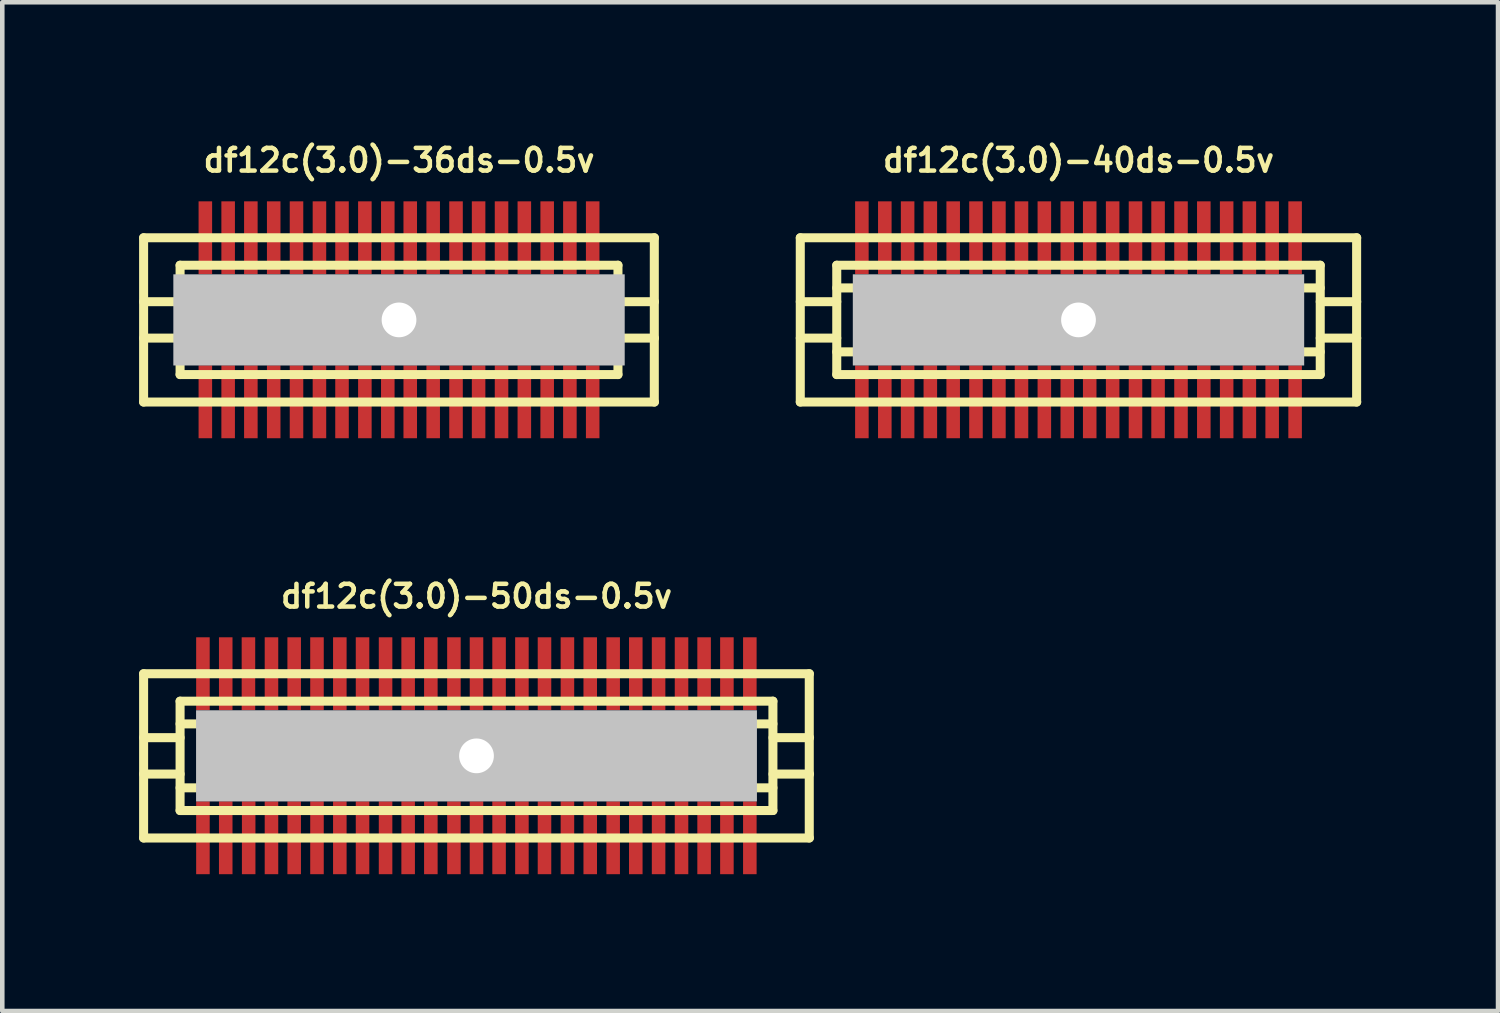
<source format=kicad_pcb>
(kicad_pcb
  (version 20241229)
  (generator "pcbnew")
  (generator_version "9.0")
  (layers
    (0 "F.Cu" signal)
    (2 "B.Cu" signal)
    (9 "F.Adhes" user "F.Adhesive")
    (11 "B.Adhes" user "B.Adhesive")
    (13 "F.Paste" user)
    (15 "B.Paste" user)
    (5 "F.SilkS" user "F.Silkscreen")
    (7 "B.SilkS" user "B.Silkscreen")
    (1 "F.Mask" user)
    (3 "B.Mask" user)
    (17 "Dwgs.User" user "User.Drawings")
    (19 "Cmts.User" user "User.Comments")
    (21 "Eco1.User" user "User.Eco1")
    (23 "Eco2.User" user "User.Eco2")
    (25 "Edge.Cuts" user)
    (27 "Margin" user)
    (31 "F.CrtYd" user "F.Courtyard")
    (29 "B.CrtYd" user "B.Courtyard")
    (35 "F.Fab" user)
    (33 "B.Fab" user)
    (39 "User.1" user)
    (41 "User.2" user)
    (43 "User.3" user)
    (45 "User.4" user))
  (footprint "df12c(3.0)-50ds-0.5v"
    (layer "F.Cu")
    (at 7.399 13.525)
    (property "Reference" "df12c(3.0)-50ds-0.5v" (at 0 -3.5 0) (layer "F.SilkS") (effects (font (size 0.498 0.498) (thickness 0.099))))
    (attr through_hole)
    (fp_line (start -7.3 1.801) (end -7.3 -1.801) (stroke (width 0.198) (type solid)) (layer "F.SilkS"))
    (fp_line (start -7.3 1.801) (end 7.3 1.801) (stroke (width 0.198) (type solid)) (layer "F.SilkS"))
    (fp_line (start -6.5 -1.199) (end 6.5 -1.199) (stroke (width 0.198) (type solid)) (layer "F.SilkS"))
    (fp_line (start -6.5 -0.701) (end 6.5 -0.701) (stroke (width 0.198) (type solid)) (layer "F.SilkS"))
    (fp_line (start -6.5 -0.399) (end -7.3 -0.399) (stroke (width 0.198) (type solid)) (layer "F.SilkS"))
    (fp_line (start -6.5 0.399) (end -7.3 0.399) (stroke (width 0.198) (type solid)) (layer "F.SilkS"))
    (fp_line (start -6.5 0.701) (end 6.5 0.701) (stroke (width 0.198) (type solid)) (layer "F.SilkS"))
    (fp_line (start -6.5 1.199) (end -6.5 -1.199) (stroke (width 0.198) (type solid)) (layer "F.SilkS"))
    (fp_line (start 6.5 -1.199) (end 6.5 1.199) (stroke (width 0.198) (type solid)) (layer "F.SilkS"))
    (fp_line (start 6.5 1.199) (end -6.5 1.199) (stroke (width 0.198) (type solid)) (layer "F.SilkS"))
    (fp_line (start 6.502 -0.399) (end 7.303 -0.399) (stroke (width 0.198) (type solid)) (layer "F.SilkS"))
    (fp_line (start 7.297 -1.801) (end 7.297 1.801) (stroke (width 0.198) (type solid)) (layer "F.SilkS"))
    (fp_line (start 7.3 -1.801) (end -7.3 -1.801) (stroke (width 0.198) (type solid)) (layer "F.SilkS"))
    (fp_line (start 7.303 0.399) (end 6.502 0.399) (stroke (width 0.198) (type solid)) (layer "F.SilkS"))
    (pad "" np_thru_hole rect (at 0 0) (size 12.299 1.999) (drill 0.762) (layers "Dwgs.User"))
    (pad "1" smd rect (at -5.999 1.796) (size 0.297 1.598) (layers "F.Cu" "F.Mask" "F.Paste"))
    (pad "2" smd rect (at -5.499 1.796) (size 0.297 1.598) (layers "F.Cu" "F.Mask" "F.Paste"))
    (pad "3" smd rect (at -4.996 1.796) (size 0.297 1.598) (layers "F.Cu" "F.Mask" "F.Paste"))
    (pad "4" smd rect (at -4.496 1.796) (size 0.297 1.598) (layers "F.Cu" "F.Mask" "F.Paste"))
    (pad "5" smd rect (at -3.998 1.796) (size 0.297 1.598) (layers "F.Cu" "F.Mask" "F.Paste"))
    (pad "6" smd rect (at -3.498 1.796) (size 0.297 1.598) (layers "F.Cu" "F.Mask" "F.Paste"))
    (pad "7" smd rect (at -2.997 1.796) (size 0.297 1.598) (layers "F.Cu" "F.Mask" "F.Paste"))
    (pad "8" smd rect (at -2.499 1.796) (size 0.297 1.598) (layers "F.Cu" "F.Mask" "F.Paste"))
    (pad "9" smd rect (at -1.994 1.796) (size 0.297 1.598) (layers "F.Cu" "F.Mask" "F.Paste"))
    (pad "10" smd rect (at -1.499 1.796) (size 0.297 1.598) (layers "F.Cu" "F.Mask" "F.Paste"))
    (pad "11" smd rect (at -1.001 1.796) (size 0.297 1.598) (layers "F.Cu" "F.Mask" "F.Paste"))
    (pad "12" smd rect (at -0.495 1.796) (size 0.297 1.598) (layers "F.Cu" "F.Mask" "F.Paste"))
    (pad "13" smd rect (at 0 1.796) (size 0.297 1.598) (layers "F.Cu" "F.Mask" "F.Paste"))
    (pad "14" smd rect (at 0.495 1.796) (size 0.297 1.598) (layers "F.Cu" "F.Mask" "F.Paste"))
    (pad "15" smd rect (at 0.996 1.796) (size 0.297 1.598) (layers "F.Cu" "F.Mask" "F.Paste"))
    (pad "16" smd rect (at 1.491 1.796) (size 0.297 1.598) (layers "F.Cu" "F.Mask" "F.Paste"))
    (pad "17" smd rect (at 1.994 1.796) (size 0.297 1.598) (layers "F.Cu" "F.Mask" "F.Paste"))
    (pad "18" smd rect (at 2.494 1.796) (size 0.297 1.598) (layers "F.Cu" "F.Mask" "F.Paste"))
    (pad "19" smd rect (at 2.997 1.796) (size 0.297 1.598) (layers "F.Cu" "F.Mask" "F.Paste"))
    (pad "20" smd rect (at 3.493 1.796) (size 0.297 1.598) (layers "F.Cu" "F.Mask" "F.Paste"))
    (pad "21" smd rect (at 3.993 1.796) (size 0.297 1.598) (layers "F.Cu" "F.Mask" "F.Paste"))
    (pad "22" smd rect (at 4.496 1.796) (size 0.297 1.598) (layers "F.Cu" "F.Mask" "F.Paste"))
    (pad "23" smd rect (at 4.991 1.796) (size 0.297 1.598) (layers "F.Cu" "F.Mask" "F.Paste"))
    (pad "24" smd rect (at 5.491 1.796) (size 0.297 1.598) (layers "F.Cu" "F.Mask" "F.Paste"))
    (pad "25" smd rect (at 5.994 1.796) (size 0.297 1.598) (layers "F.Cu" "F.Mask" "F.Paste"))
    (pad "26" smd rect (at 5.994 -1.801) (size 0.297 1.598) (layers "F.Cu" "F.Mask" "F.Paste"))
    (pad "27" smd rect (at 5.491 -1.801) (size 0.297 1.598) (layers "F.Cu" "F.Mask" "F.Paste"))
    (pad "28" smd rect (at 4.991 -1.801) (size 0.297 1.598) (layers "F.Cu" "F.Mask" "F.Paste"))
    (pad "29" smd rect (at 4.496 -1.801) (size 0.297 1.598) (layers "F.Cu" "F.Mask" "F.Paste"))
    (pad "30" smd rect (at 3.993 -1.801) (size 0.297 1.598) (layers "F.Cu" "F.Mask" "F.Paste"))
    (pad "31" smd rect (at 3.493 -1.801) (size 0.297 1.598) (layers "F.Cu" "F.Mask" "F.Paste"))
    (pad "32" smd rect (at 2.997 -1.801) (size 0.297 1.598) (layers "F.Cu" "F.Mask" "F.Paste"))
    (pad "33" smd rect (at 2.494 -1.801) (size 0.297 1.598) (layers "F.Cu" "F.Mask" "F.Paste"))
    (pad "34" smd rect (at 1.994 -1.801) (size 0.297 1.598) (layers "F.Cu" "F.Mask" "F.Paste"))
    (pad "35" smd rect (at 1.491 -1.801) (size 0.297 1.598) (layers "F.Cu" "F.Mask" "F.Paste"))
    (pad "36" smd rect (at 0.996 -1.801) (size 0.297 1.598) (layers "F.Cu" "F.Mask" "F.Paste"))
    (pad "37" smd rect (at 0.495 -1.801) (size 0.297 1.598) (layers "F.Cu" "F.Mask" "F.Paste"))
    (pad "38" smd rect (at 0 -1.801) (size 0.297 1.598) (layers "F.Cu" "F.Mask" "F.Paste"))
    (pad "39" smd rect (at -0.495 -1.801) (size 0.297 1.598) (layers "F.Cu" "F.Mask" "F.Paste"))
    (pad "40" smd rect (at -1.001 -1.801) (size 0.297 1.598) (layers "F.Cu" "F.Mask" "F.Paste"))
    (pad "41" smd rect (at -1.499 -1.801) (size 0.297 1.598) (layers "F.Cu" "F.Mask" "F.Paste"))
    (pad "42" smd rect (at -1.994 -1.801) (size 0.297 1.598) (layers "F.Cu" "F.Mask" "F.Paste"))
    (pad "43" smd rect (at -2.499 -1.801) (size 0.297 1.598) (layers "F.Cu" "F.Mask" "F.Paste"))
    (pad "44" smd rect (at -2.997 -1.801) (size 0.297 1.598) (layers "F.Cu" "F.Mask" "F.Paste"))
    (pad "45" smd rect (at -3.498 -1.801) (size 0.297 1.598) (layers "F.Cu" "F.Mask" "F.Paste"))
    (pad "46" smd rect (at -3.998 -1.801) (size 0.297 1.598) (layers "F.Cu" "F.Mask" "F.Paste"))
    (pad "47" smd rect (at -4.496 -1.801) (size 0.297 1.598) (layers "F.Cu" "F.Mask" "F.Paste"))
    (pad "48" smd rect (at -5.001 -1.801) (size 0.297 1.598) (layers "F.Cu" "F.Mask" "F.Paste"))
    (pad "49" smd rect (at -5.499 -1.801) (size 0.297 1.598) (layers "F.Cu" "F.Mask" "F.Paste"))
    (pad "50" smd rect (at -5.999 -1.801) (size 0.297 1.598) (layers "F.Cu" "F.Mask" "F.Paste")))
  (footprint "df12c(3.0)-36ds-0.5v"
    (layer "F.Cu")
    (at 5.7 3.965)
    (property "Reference" "df12c(3.0)-36ds-0.5v" (at 0 -3.5 0) (layer "F.SilkS") (effects (font (size 0.498 0.498) (thickness 0.099))))
    (attr through_hole)
    (fp_line (start -5.601 -1.801) (end 5.601 -1.801) (stroke (width 0.198) (type solid)) (layer "F.SilkS"))
    (fp_line (start -5.601 1.801) (end -5.601 -1.801) (stroke (width 0.198) (type solid)) (layer "F.SilkS"))
    (fp_line (start -5.601 1.801) (end 5.601 1.801) (stroke (width 0.198) (type solid)) (layer "F.SilkS"))
    (fp_line (start -4.801 -1.199) (end 4.801 -1.199) (stroke (width 0.198) (type solid)) (layer "F.SilkS"))
    (fp_line (start -4.801 -0.701) (end 4.801 -0.701) (stroke (width 0.198) (type solid)) (layer "F.SilkS"))
    (fp_line (start -4.801 -0.399) (end -5.601 -0.399) (stroke (width 0.198) (type solid)) (layer "F.SilkS"))
    (fp_line (start -4.801 0.399) (end -5.601 0.399) (stroke (width 0.198) (type solid)) (layer "F.SilkS"))
    (fp_line (start -4.801 0.701) (end 4.801 0.701) (stroke (width 0.198) (type solid)) (layer "F.SilkS"))
    (fp_line (start -4.801 1.199) (end -4.801 -1.199) (stroke (width 0.198) (type solid)) (layer "F.SilkS"))
    (fp_line (start -4.801 1.199) (end 4.801 1.199) (stroke (width 0.198) (type solid)) (layer "F.SilkS"))
    (fp_line (start 4.801 -1.199) (end 4.801 1.199) (stroke (width 0.198) (type solid)) (layer "F.SilkS"))
    (fp_line (start 4.801 -0.399) (end 5.601 -0.399) (stroke (width 0.198) (type solid)) (layer "F.SilkS"))
    (fp_line (start 5.598 -1.801) (end 5.598 1.801) (stroke (width 0.198) (type solid)) (layer "F.SilkS"))
    (fp_line (start 5.601 0.399) (end 4.801 0.399) (stroke (width 0.198) (type solid)) (layer "F.SilkS"))
    (pad "" np_thru_hole rect (at 0 0) (size 9.898 1.999) (drill 0.762) (layers "Dwgs.User"))
    (pad "1" smd rect (at -4.247 1.796) (size 0.297 1.598) (layers "F.Cu" "F.Mask" "F.Paste"))
    (pad "2" smd rect (at -3.747 1.796) (size 0.297 1.598) (layers "F.Cu" "F.Mask" "F.Paste"))
    (pad "3" smd rect (at -3.249 1.796) (size 0.297 1.598) (layers "F.Cu" "F.Mask" "F.Paste"))
    (pad "4" smd rect (at -2.748 1.796) (size 0.297 1.598) (layers "F.Cu" "F.Mask" "F.Paste"))
    (pad "5" smd rect (at -2.248 1.796) (size 0.297 1.598) (layers "F.Cu" "F.Mask" "F.Paste"))
    (pad "6" smd rect (at -1.745 1.796) (size 0.297 1.598) (layers "F.Cu" "F.Mask" "F.Paste"))
    (pad "7" smd rect (at -1.25 1.796) (size 0.297 1.598) (layers "F.Cu" "F.Mask" "F.Paste"))
    (pad "8" smd rect (at -0.749 1.796) (size 0.297 1.598) (layers "F.Cu" "F.Mask" "F.Paste"))
    (pad "9" smd rect (at -0.246 1.796) (size 0.297 1.598) (layers "F.Cu" "F.Mask" "F.Paste"))
    (pad "10" smd rect (at 0.246 1.796) (size 0.297 1.598) (layers "F.Cu" "F.Mask" "F.Paste"))
    (pad "11" smd rect (at 0.749 1.796) (size 0.297 1.598) (layers "F.Cu" "F.Mask" "F.Paste"))
    (pad "12" smd rect (at 1.25 1.796) (size 0.297 1.598) (layers "F.Cu" "F.Mask" "F.Paste"))
    (pad "13" smd rect (at 1.745 1.796) (size 0.297 1.598) (layers "F.Cu" "F.Mask" "F.Paste"))
    (pad "14" smd rect (at 2.248 1.796) (size 0.297 1.598) (layers "F.Cu" "F.Mask" "F.Paste"))
    (pad "15" smd rect (at 2.748 1.796) (size 0.297 1.598) (layers "F.Cu" "F.Mask" "F.Paste"))
    (pad "16" smd rect (at 3.249 1.796) (size 0.297 1.598) (layers "F.Cu" "F.Mask" "F.Paste"))
    (pad "17" smd rect (at 3.747 1.796) (size 0.297 1.598) (layers "F.Cu" "F.Mask" "F.Paste"))
    (pad "18" smd rect (at 4.247 1.796) (size 0.297 1.598) (layers "F.Cu" "F.Mask" "F.Paste"))
    (pad "19" smd rect (at 4.247 -1.801) (size 0.297 1.598) (layers "F.Cu" "F.Mask" "F.Paste"))
    (pad "20" smd rect (at 3.747 -1.801) (size 0.297 1.598) (layers "F.Cu" "F.Mask" "F.Paste"))
    (pad "21" smd rect (at 3.249 -1.801) (size 0.297 1.598) (layers "F.Cu" "F.Mask" "F.Paste"))
    (pad "22" smd rect (at 2.748 -1.801) (size 0.297 1.598) (layers "F.Cu" "F.Mask" "F.Paste"))
    (pad "23" smd rect (at 2.248 -1.801) (size 0.297 1.598) (layers "F.Cu" "F.Mask" "F.Paste"))
    (pad "24" smd rect (at 1.745 -1.801) (size 0.297 1.598) (layers "F.Cu" "F.Mask" "F.Paste"))
    (pad "25" smd rect (at 1.25 -1.801) (size 0.297 1.598) (layers "F.Cu" "F.Mask" "F.Paste"))
    (pad "26" smd rect (at 0.749 -1.801) (size 0.297 1.598) (layers "F.Cu" "F.Mask" "F.Paste"))
    (pad "27" smd rect (at 0.246 -1.801) (size 0.297 1.598) (layers "F.Cu" "F.Mask" "F.Paste"))
    (pad "28" smd rect (at -0.246 -1.801) (size 0.297 1.598) (layers "F.Cu" "F.Mask" "F.Paste"))
    (pad "29" smd rect (at -0.749 -1.801) (size 0.297 1.598) (layers "F.Cu" "F.Mask" "F.Paste"))
    (pad "30" smd rect (at -1.25 -1.801) (size 0.297 1.598) (layers "F.Cu" "F.Mask" "F.Paste"))
    (pad "31" smd rect (at -1.745 -1.801) (size 0.297 1.598) (layers "F.Cu" "F.Mask" "F.Paste"))
    (pad "32" smd rect (at -2.248 -1.801) (size 0.297 1.598) (layers "F.Cu" "F.Mask" "F.Paste"))
    (pad "33" smd rect (at -2.748 -1.801) (size 0.297 1.598) (layers "F.Cu" "F.Mask" "F.Paste"))
    (pad "34" smd rect (at -3.249 -1.801) (size 0.297 1.598) (layers "F.Cu" "F.Mask" "F.Paste"))
    (pad "35" smd rect (at -3.747 -1.801) (size 0.297 1.598) (layers "F.Cu" "F.Mask" "F.Paste"))
    (pad "36" smd rect (at -4.247 -1.801) (size 0.297 1.598) (layers "F.Cu" "F.Mask" "F.Paste")))
  (footprint "df12c(3.0)-40ds-0.5v"
    (layer "F.Cu")
    (at 20.6 3.965)
    (property "Reference" "df12c(3.0)-40ds-0.5v" (at 0 -3.5 0) (layer "F.SilkS") (effects (font (size 0.498 0.498) (thickness 0.099))))
    (attr through_hole)
    (fp_line (start -6.101 -1.801) (end 6.101 -1.801) (stroke (width 0.198) (type solid)) (layer "F.SilkS"))
    (fp_line (start -6.101 1.801) (end -6.101 -1.801) (stroke (width 0.198) (type solid)) (layer "F.SilkS"))
    (fp_line (start -5.301 -0.701) (end 5.301 -0.701) (stroke (width 0.198) (type solid)) (layer "F.SilkS"))
    (fp_line (start -5.301 -0.399) (end -6.101 -0.399) (stroke (width 0.198) (type solid)) (layer "F.SilkS"))
    (fp_line (start -5.301 0.399) (end -6.101 0.399) (stroke (width 0.198) (type solid)) (layer "F.SilkS"))
    (fp_line (start -5.301 1.199) (end -5.301 -1.199) (stroke (width 0.198) (type solid)) (layer "F.SilkS"))
    (fp_line (start -5.301 1.199) (end 5.301 1.199) (stroke (width 0.198) (type solid)) (layer "F.SilkS"))
    (fp_line (start 5.301 -1.199) (end -5.301 -1.199) (stroke (width 0.198) (type solid)) (layer "F.SilkS"))
    (fp_line (start 5.301 -1.199) (end 5.301 1.199) (stroke (width 0.198) (type solid)) (layer "F.SilkS"))
    (fp_line (start 5.301 -0.399) (end 6.101 -0.399) (stroke (width 0.198) (type solid)) (layer "F.SilkS"))
    (fp_line (start 5.301 0.701) (end -5.301 0.701) (stroke (width 0.198) (type solid)) (layer "F.SilkS"))
    (fp_line (start 6.099 -1.801) (end 6.099 1.801) (stroke (width 0.198) (type solid)) (layer "F.SilkS"))
    (fp_line (start 6.101 0.399) (end 5.301 0.399) (stroke (width 0.198) (type solid)) (layer "F.SilkS"))
    (fp_line (start 6.101 1.801) (end -6.101 1.801) (stroke (width 0.198) (type solid)) (layer "F.SilkS"))
    (pad "" np_thru_hole rect (at 0 0) (size 9.898 1.999) (drill 0.762) (layers "Dwgs.User"))
    (pad "1" smd rect (at -4.75 1.796) (size 0.297 1.598) (layers "F.Cu" "F.Mask" "F.Paste"))
    (pad "2" smd rect (at -4.247 1.796) (size 0.297 1.598) (layers "F.Cu" "F.Mask" "F.Paste"))
    (pad "3" smd rect (at -3.747 1.796) (size 0.297 1.598) (layers "F.Cu" "F.Mask" "F.Paste"))
    (pad "4" smd rect (at -3.249 1.796) (size 0.297 1.598) (layers "F.Cu" "F.Mask" "F.Paste"))
    (pad "5" smd rect (at -2.748 1.796) (size 0.297 1.598) (layers "F.Cu" "F.Mask" "F.Paste"))
    (pad "6" smd rect (at -2.248 1.796) (size 0.297 1.598) (layers "F.Cu" "F.Mask" "F.Paste"))
    (pad "7" smd rect (at -1.745 1.796) (size 0.297 1.598) (layers "F.Cu" "F.Mask" "F.Paste"))
    (pad "8" smd rect (at -1.25 1.796) (size 0.297 1.598) (layers "F.Cu" "F.Mask" "F.Paste"))
    (pad "9" smd rect (at -0.749 1.796) (size 0.297 1.598) (layers "F.Cu" "F.Mask" "F.Paste"))
    (pad "10" smd rect (at -0.246 1.796) (size 0.297 1.598) (layers "F.Cu" "F.Mask" "F.Paste"))
    (pad "11" smd rect (at 0.246 1.796) (size 0.297 1.598) (layers "F.Cu" "F.Mask" "F.Paste"))
    (pad "12" smd rect (at 0.749 1.796) (size 0.297 1.598) (layers "F.Cu" "F.Mask" "F.Paste"))
    (pad "13" smd rect (at 1.25 1.796) (size 0.297 1.598) (layers "F.Cu" "F.Mask" "F.Paste"))
    (pad "14" smd rect (at 1.745 1.796) (size 0.297 1.598) (layers "F.Cu" "F.Mask" "F.Paste"))
    (pad "15" smd rect (at 2.248 1.796) (size 0.297 1.598) (layers "F.Cu" "F.Mask" "F.Paste"))
    (pad "16" smd rect (at 2.748 1.796) (size 0.297 1.598) (layers "F.Cu" "F.Mask" "F.Paste"))
    (pad "17" smd rect (at 3.249 1.796) (size 0.297 1.598) (layers "F.Cu" "F.Mask" "F.Paste"))
    (pad "18" smd rect (at 3.747 1.796) (size 0.297 1.598) (layers "F.Cu" "F.Mask" "F.Paste"))
    (pad "19" smd rect (at 4.247 1.796) (size 0.297 1.598) (layers "F.Cu" "F.Mask" "F.Paste"))
    (pad "20" smd rect (at 4.75 1.796) (size 0.297 1.598) (layers "F.Cu" "F.Mask" "F.Paste"))
    (pad "21" smd rect (at 4.75 -1.801) (size 0.297 1.598) (layers "F.Cu" "F.Mask" "F.Paste"))
    (pad "22" smd rect (at 4.247 -1.801) (size 0.297 1.598) (layers "F.Cu" "F.Mask" "F.Paste"))
    (pad "23" smd rect (at 3.747 -1.801) (size 0.297 1.598) (layers "F.Cu" "F.Mask" "F.Paste"))
    (pad "24" smd rect (at 3.249 -1.801) (size 0.297 1.598) (layers "F.Cu" "F.Mask" "F.Paste"))
    (pad "25" smd rect (at 2.748 -1.801) (size 0.297 1.598) (layers "F.Cu" "F.Mask" "F.Paste"))
    (pad "26" smd rect (at 2.248 -1.801) (size 0.297 1.598) (layers "F.Cu" "F.Mask" "F.Paste"))
    (pad "27" smd rect (at 1.745 -1.801) (size 0.297 1.598) (layers "F.Cu" "F.Mask" "F.Paste"))
    (pad "28" smd rect (at 1.25 -1.801) (size 0.297 1.598) (layers "F.Cu" "F.Mask" "F.Paste"))
    (pad "29" smd rect (at 0.749 -1.801) (size 0.297 1.598) (layers "F.Cu" "F.Mask" "F.Paste"))
    (pad "30" smd rect (at 0.246 -1.801) (size 0.297 1.598) (layers "F.Cu" "F.Mask" "F.Paste"))
    (pad "31" smd rect (at -0.246 -1.801) (size 0.297 1.598) (layers "F.Cu" "F.Mask" "F.Paste"))
    (pad "32" smd rect (at -0.749 -1.801) (size 0.297 1.598) (layers "F.Cu" "F.Mask" "F.Paste"))
    (pad "33" smd rect (at -1.25 -1.801) (size 0.297 1.598) (layers "F.Cu" "F.Mask" "F.Paste"))
    (pad "34" smd rect (at -1.745 -1.801) (size 0.297 1.598) (layers "F.Cu" "F.Mask" "F.Paste"))
    (pad "35" smd rect (at -2.248 -1.801) (size 0.297 1.598) (layers "F.Cu" "F.Mask" "F.Paste"))
    (pad "36" smd rect (at -2.748 -1.801) (size 0.297 1.598) (layers "F.Cu" "F.Mask" "F.Paste"))
    (pad "37" smd rect (at -3.249 -1.801) (size 0.297 1.598) (layers "F.Cu" "F.Mask" "F.Paste"))
    (pad "38" smd rect (at -3.747 -1.801) (size 0.297 1.598) (layers "F.Cu" "F.Mask" "F.Paste"))
    (pad "39" smd rect (at -4.247 -1.801) (size 0.297 1.598) (layers "F.Cu" "F.Mask" "F.Paste"))
    (pad "40" smd rect (at -4.75 -1.801) (size 0.297 1.598) (layers "F.Cu" "F.Mask" "F.Paste")))
  (gr_rect
    (start -3 -3)
    (end 29.8 19.12)
    (stroke (width 0.1) (type default))
    (fill no)
    (layer "Edge.Cuts")))
</source>
